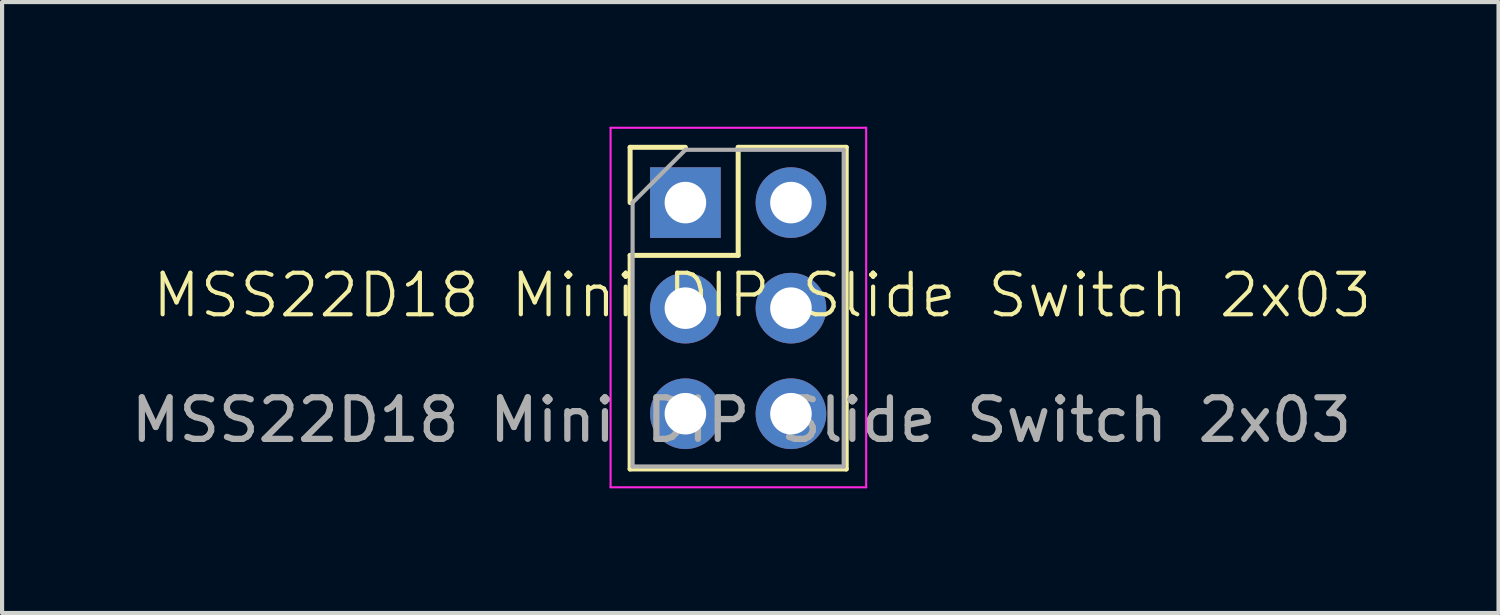
<source format=kicad_pcb>
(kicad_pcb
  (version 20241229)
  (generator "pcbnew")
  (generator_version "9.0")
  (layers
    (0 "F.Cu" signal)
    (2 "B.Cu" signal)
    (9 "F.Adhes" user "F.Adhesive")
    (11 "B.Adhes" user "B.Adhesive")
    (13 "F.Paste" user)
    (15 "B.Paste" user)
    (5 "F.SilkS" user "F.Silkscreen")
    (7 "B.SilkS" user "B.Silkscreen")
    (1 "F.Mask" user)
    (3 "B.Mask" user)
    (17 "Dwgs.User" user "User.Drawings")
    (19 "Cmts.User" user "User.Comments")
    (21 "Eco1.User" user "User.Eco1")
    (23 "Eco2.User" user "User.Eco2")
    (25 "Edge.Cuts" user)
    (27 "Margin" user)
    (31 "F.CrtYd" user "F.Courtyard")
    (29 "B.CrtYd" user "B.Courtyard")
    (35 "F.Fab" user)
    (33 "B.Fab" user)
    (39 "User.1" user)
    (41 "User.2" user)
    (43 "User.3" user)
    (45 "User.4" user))
  (footprint "MSS22D18 Mini DIP Slide Switch 2x03"
    (layer "F.Cu")
    (at 14.792 4.555)
    (property "Reference" "MSS22D18 Mini DIP Slide Switch 2x03" (at 0.5 -0.5 0) (unlocked yes) (layer "F.SilkS") (effects (font (size 1 1) (thickness 0.1))))
    (attr through_hole)
    (fp_line (start -2.68 -4.06) (end -1.35 -4.06) (stroke (width 0.12) (type solid)) (layer "F.SilkS"))
    (fp_line (start -2.68 -2.73) (end -2.68 -4.06) (stroke (width 0.12) (type solid)) (layer "F.SilkS"))
    (fp_line (start -2.68 -1.46) (end -2.68 3.68) (stroke (width 0.12) (type solid)) (layer "F.SilkS"))
    (fp_line (start -2.68 -1.46) (end -0.08 -1.46) (stroke (width 0.12) (type solid)) (layer "F.SilkS"))
    (fp_line (start -2.68 3.68) (end 2.52 3.68) (stroke (width 0.12) (type solid)) (layer "F.SilkS"))
    (fp_line (start -0.08 -4.06) (end 2.52 -4.06) (stroke (width 0.12) (type solid)) (layer "F.SilkS"))
    (fp_line (start -0.08 -1.46) (end -0.08 -4.06) (stroke (width 0.12) (type solid)) (layer "F.SilkS"))
    (fp_line (start 2.52 -4.06) (end 2.52 3.68) (stroke (width 0.12) (type solid)) (layer "F.SilkS"))
    (fp_line (start -3.15 -4.53) (end -3.15 4.12) (stroke (width 0.05) (type solid)) (layer "F.CrtYd"))
    (fp_line (start -3.15 4.12) (end 3 4.12) (stroke (width 0.05) (type solid)) (layer "F.CrtYd"))
    (fp_line (start 3 -4.53) (end -3.15 -4.53) (stroke (width 0.05) (type solid)) (layer "F.CrtYd"))
    (fp_line (start 3 4.12) (end 3 -4.53) (stroke (width 0.05) (type solid)) (layer "F.CrtYd"))
    (fp_line (start -2.62 -2.73) (end -1.35 -4) (stroke (width 0.1) (type solid)) (layer "F.Fab"))
    (fp_line (start -2.62 3.62) (end -2.62 -2.73) (stroke (width 0.1) (type solid)) (layer "F.Fab"))
    (fp_line (start -1.35 -4) (end 2.46 -4) (stroke (width 0.1) (type solid)) (layer "F.Fab"))
    (fp_line (start 2.46 -4) (end 2.46 3.62) (stroke (width 0.1) (type solid)) (layer "F.Fab"))
    (fp_line (start 2.46 3.62) (end -2.62 3.62) (stroke (width 0.1) (type solid)) (layer "F.Fab"))
    (fp_text user "${REFERENCE}" (at 0 2.5 0) (unlocked yes) (layer "F.Fab") (effects (font (size 1 1) (thickness 0.15))))
    (pad "1" thru_hole rect (at -1.35 -2.73) (size 1.7 1.7) (drill 1) (layers "*.Cu" "*.Mask"))
    (pad "2" thru_hole oval (at -1.35 -0.19) (size 1.7 1.7) (drill 1) (layers "*.Cu" "*.Mask"))
    (pad "3" thru_hole oval (at -1.35 2.35) (size 1.7 1.7) (drill 1) (layers "*.Cu" "*.Mask"))
    (pad "4" thru_hole oval (at 1.19 2.35) (size 1.7 1.7) (drill 1) (layers "*.Cu" "*.Mask"))
    (pad "5" thru_hole oval (at 1.19 -0.19) (size 1.7 1.7) (drill 1) (layers "*.Cu" "*.Mask"))
    (pad "6" thru_hole oval (at 1.19 -2.73) (size 1.7 1.7) (drill 1) (layers "*.Cu" "*.Mask")))
  (gr_rect
    (start -3 -3)
    (end 33.008 11.7)
    (stroke (width 0.1) (type default))
    (fill no)
    (layer "Edge.Cuts")))
</source>
